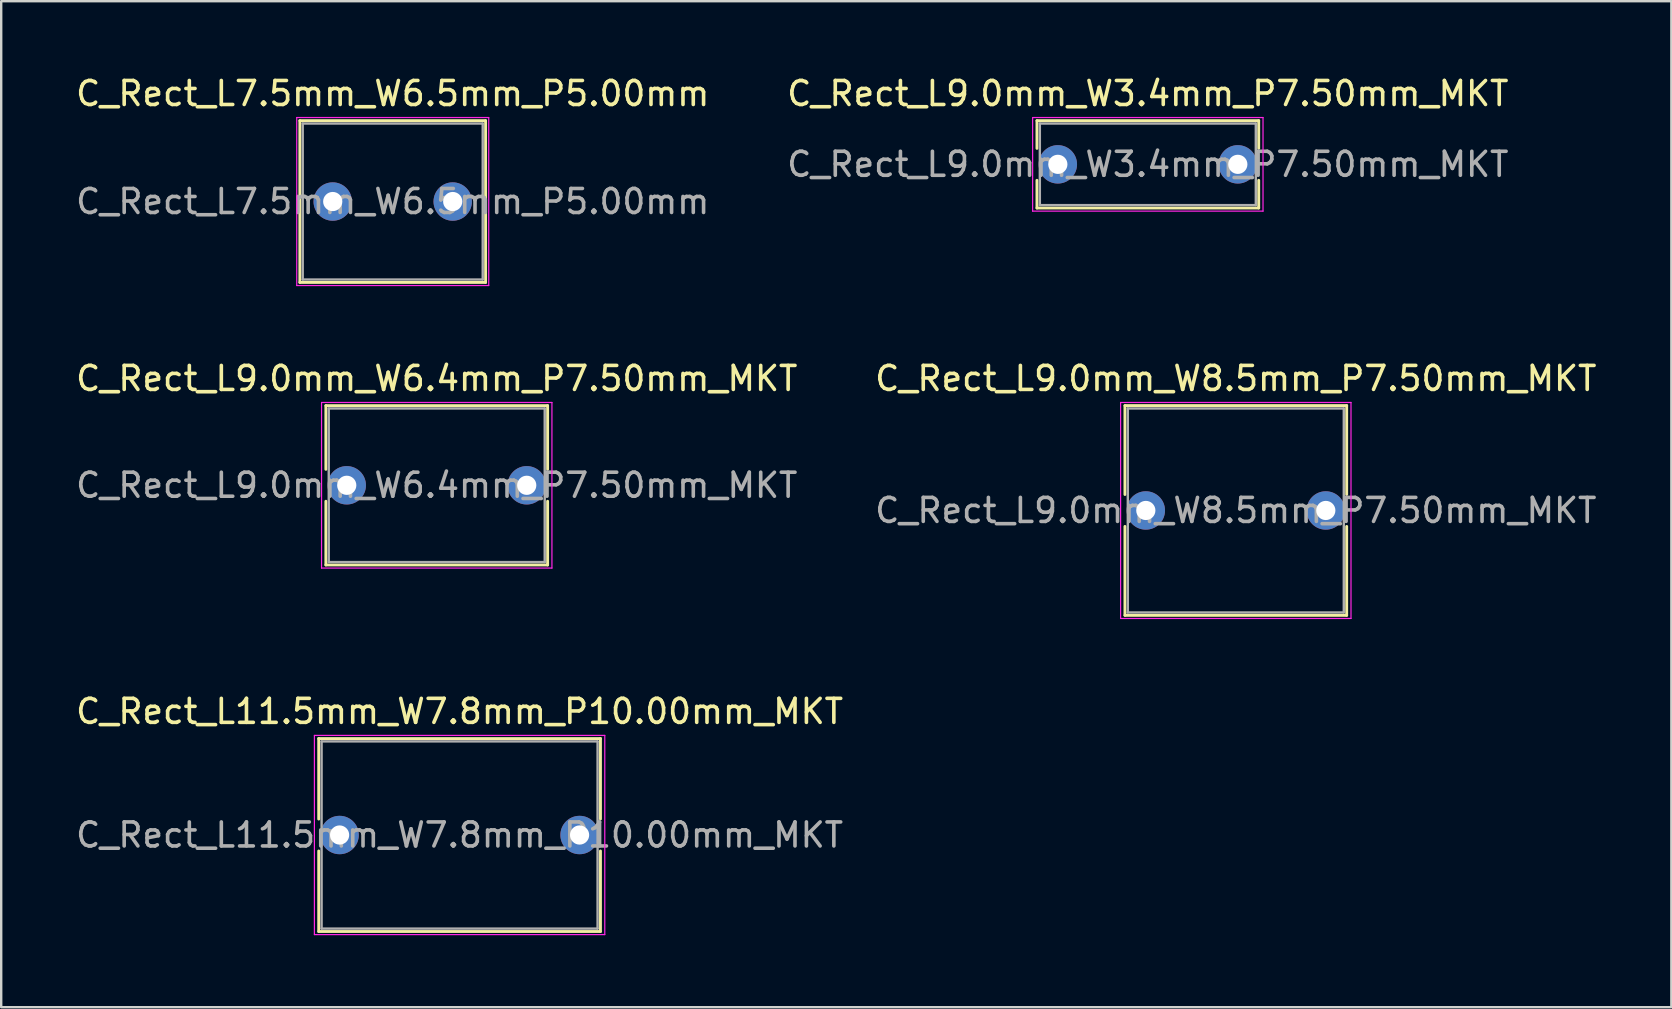
<source format=kicad_pcb>
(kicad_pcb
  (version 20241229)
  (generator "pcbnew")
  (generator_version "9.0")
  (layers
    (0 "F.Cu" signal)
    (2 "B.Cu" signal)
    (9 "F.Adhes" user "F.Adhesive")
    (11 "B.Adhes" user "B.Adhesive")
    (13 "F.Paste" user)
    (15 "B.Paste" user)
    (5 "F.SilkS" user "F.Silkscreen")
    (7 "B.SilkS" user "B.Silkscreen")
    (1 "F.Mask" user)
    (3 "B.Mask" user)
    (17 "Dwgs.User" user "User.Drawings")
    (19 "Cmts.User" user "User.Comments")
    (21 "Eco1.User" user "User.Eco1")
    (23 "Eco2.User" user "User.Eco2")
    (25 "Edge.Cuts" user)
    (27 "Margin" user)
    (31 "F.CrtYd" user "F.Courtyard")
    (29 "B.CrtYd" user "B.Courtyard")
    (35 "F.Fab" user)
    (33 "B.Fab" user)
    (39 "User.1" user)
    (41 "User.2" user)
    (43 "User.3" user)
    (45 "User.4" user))
  (footprint "C_Rect_L7.5mm_W6.5mm_P5.00mm"
    (layer "F.Cu")
    (at 10.815 5.348)
    (property "Reference" "C_Rect_L7.5mm_W6.5mm_P5.00mm" (at 2.5 -4.5 0) (layer "F.SilkS") (effects (font (size 1 1) (thickness 0.15))))
    (attr through_hole)
    (fp_line (start -1.37 -3.37) (end -1.37 3.37) (stroke (width 0.12) (type solid)) (layer "F.SilkS"))
    (fp_line (start -1.37 -3.37) (end 6.37 -3.37) (stroke (width 0.12) (type solid)) (layer "F.SilkS"))
    (fp_line (start -1.37 3.37) (end 6.37 3.37) (stroke (width 0.12) (type solid)) (layer "F.SilkS"))
    (fp_line (start 6.37 -3.37) (end 6.37 3.37) (stroke (width 0.12) (type solid)) (layer "F.SilkS"))
    (fp_line (start -1.5 -3.5) (end -1.5 3.5) (stroke (width 0.05) (type solid)) (layer "F.CrtYd"))
    (fp_line (start -1.5 3.5) (end 6.5 3.5) (stroke (width 0.05) (type solid)) (layer "F.CrtYd"))
    (fp_line (start 6.5 -3.5) (end -1.5 -3.5) (stroke (width 0.05) (type solid)) (layer "F.CrtYd"))
    (fp_line (start 6.5 3.5) (end 6.5 -3.5) (stroke (width 0.05) (type solid)) (layer "F.CrtYd"))
    (fp_line (start -1.25 -3.25) (end -1.25 3.25) (stroke (width 0.1) (type solid)) (layer "F.Fab"))
    (fp_line (start -1.25 3.25) (end 6.25 3.25) (stroke (width 0.1) (type solid)) (layer "F.Fab"))
    (fp_line (start 6.25 -3.25) (end -1.25 -3.25) (stroke (width 0.1) (type solid)) (layer "F.Fab"))
    (fp_line (start 6.25 3.25) (end 6.25 -3.25) (stroke (width 0.1) (type solid)) (layer "F.Fab"))
    (fp_text user "${REFERENCE}" (at 2.5 0 0) (layer "F.Fab") (effects (font (size 1 1) (thickness 0.15))))
    (pad "1" thru_hole circle (at 0 0) (size 1.6 1.6) (drill 0.8) (layers "*.Cu" "*.Mask"))
    (pad "2" thru_hole circle (at 5 0) (size 1.6 1.6) (drill 0.8) (layers "*.Cu" "*.Mask")))
  (footprint "C_Rect_L11.5mm_W7.8mm_P10.00mm_MKT"
    (layer "F.Cu")
    (at 11.101 31.745)
    (property "Reference" "C_Rect_L11.5mm_W7.8mm_P10.00mm_MKT" (at 5 -5.15 0) (layer "F.SilkS") (effects (font (size 1 1) (thickness 0.15))))
    (attr through_hole)
    (fp_line (start -0.87 -4.02) (end -0.87 -0.665) (stroke (width 0.12) (type solid)) (layer "F.SilkS"))
    (fp_line (start -0.87 -4.02) (end 10.87 -4.02) (stroke (width 0.12) (type solid)) (layer "F.SilkS"))
    (fp_line (start -0.87 0.665) (end -0.87 4.02) (stroke (width 0.12) (type solid)) (layer "F.SilkS"))
    (fp_line (start -0.87 4.02) (end 10.87 4.02) (stroke (width 0.12) (type solid)) (layer "F.SilkS"))
    (fp_line (start 10.87 -4.02) (end 10.87 -0.665) (stroke (width 0.12) (type solid)) (layer "F.SilkS"))
    (fp_line (start 10.87 0.665) (end 10.87 4.02) (stroke (width 0.12) (type solid)) (layer "F.SilkS"))
    (fp_line (start -1.05 -4.15) (end -1.05 4.15) (stroke (width 0.05) (type solid)) (layer "F.CrtYd"))
    (fp_line (start -1.05 4.15) (end 11.05 4.15) (stroke (width 0.05) (type solid)) (layer "F.CrtYd"))
    (fp_line (start 11.05 -4.15) (end -1.05 -4.15) (stroke (width 0.05) (type solid)) (layer "F.CrtYd"))
    (fp_line (start 11.05 4.15) (end 11.05 -4.15) (stroke (width 0.05) (type solid)) (layer "F.CrtYd"))
    (fp_line (start -0.75 -3.9) (end -0.75 3.9) (stroke (width 0.1) (type solid)) (layer "F.Fab"))
    (fp_line (start -0.75 3.9) (end 10.75 3.9) (stroke (width 0.1) (type solid)) (layer "F.Fab"))
    (fp_line (start 10.75 -3.9) (end -0.75 -3.9) (stroke (width 0.1) (type solid)) (layer "F.Fab"))
    (fp_line (start 10.75 3.9) (end 10.75 -3.9) (stroke (width 0.1) (type solid)) (layer "F.Fab"))
    (fp_text user "${REFERENCE}" (at 5 0 0) (layer "F.Fab") (effects (font (size 1 1) (thickness 0.15))))
    (pad "1" thru_hole circle (at 0 0) (size 1.6 1.6) (drill 0.8) (layers "*.Cu" "*.Mask"))
    (pad "2" thru_hole circle (at 10 0) (size 1.6 1.6) (drill 0.8) (layers "*.Cu" "*.Mask")))
  (footprint "C_Rect_L9.0mm_W3.4mm_P7.50mm_MKT"
    (layer "F.Cu")
    (at 41.03 3.798)
    (property "Reference" "C_Rect_L9.0mm_W3.4mm_P7.50mm_MKT" (at 3.75 -2.95 0) (layer "F.SilkS") (effects (font (size 1 1) (thickness 0.15))))
    (attr through_hole)
    (fp_line (start -0.87 -1.82) (end -0.87 -0.665) (stroke (width 0.12) (type solid)) (layer "F.SilkS"))
    (fp_line (start -0.87 -1.82) (end 8.37 -1.82) (stroke (width 0.12) (type solid)) (layer "F.SilkS"))
    (fp_line (start -0.87 0.665) (end -0.87 1.82) (stroke (width 0.12) (type solid)) (layer "F.SilkS"))
    (fp_line (start -0.87 1.82) (end 8.37 1.82) (stroke (width 0.12) (type solid)) (layer "F.SilkS"))
    (fp_line (start 8.37 -1.82) (end 8.37 -0.665) (stroke (width 0.12) (type solid)) (layer "F.SilkS"))
    (fp_line (start 8.37 0.665) (end 8.37 1.82) (stroke (width 0.12) (type solid)) (layer "F.SilkS"))
    (fp_line (start -1.05 -1.95) (end -1.05 1.95) (stroke (width 0.05) (type solid)) (layer "F.CrtYd"))
    (fp_line (start -1.05 1.95) (end 8.55 1.95) (stroke (width 0.05) (type solid)) (layer "F.CrtYd"))
    (fp_line (start 8.55 -1.95) (end -1.05 -1.95) (stroke (width 0.05) (type solid)) (layer "F.CrtYd"))
    (fp_line (start 8.55 1.95) (end 8.55 -1.95) (stroke (width 0.05) (type solid)) (layer "F.CrtYd"))
    (fp_line (start -0.75 -1.7) (end -0.75 1.7) (stroke (width 0.1) (type solid)) (layer "F.Fab"))
    (fp_line (start -0.75 1.7) (end 8.25 1.7) (stroke (width 0.1) (type solid)) (layer "F.Fab"))
    (fp_line (start 8.25 -1.7) (end -0.75 -1.7) (stroke (width 0.1) (type solid)) (layer "F.Fab"))
    (fp_line (start 8.25 1.7) (end 8.25 -1.7) (stroke (width 0.1) (type solid)) (layer "F.Fab"))
    (fp_text user "${REFERENCE}" (at 3.75 0 0) (layer "F.Fab") (effects (font (size 1 1) (thickness 0.15))))
    (pad "1" thru_hole circle (at 0 0) (size 1.6 1.6) (drill 0.8) (layers "*.Cu" "*.Mask"))
    (pad "2" thru_hole circle (at 7.5 0) (size 1.6 1.6) (drill 0.8) (layers "*.Cu" "*.Mask")))
  (footprint "C_Rect_L9.0mm_W6.4mm_P7.50mm_MKT"
    (layer "F.Cu")
    (at 11.399 17.172)
    (property "Reference" "C_Rect_L9.0mm_W6.4mm_P7.50mm_MKT" (at 3.75 -4.45 0) (layer "F.SilkS") (effects (font (size 1 1) (thickness 0.15))))
    (attr through_hole)
    (fp_line (start -0.87 -3.32) (end -0.87 -0.665) (stroke (width 0.12) (type solid)) (layer "F.SilkS"))
    (fp_line (start -0.87 -3.32) (end 8.37 -3.32) (stroke (width 0.12) (type solid)) (layer "F.SilkS"))
    (fp_line (start -0.87 0.665) (end -0.87 3.32) (stroke (width 0.12) (type solid)) (layer "F.SilkS"))
    (fp_line (start -0.87 3.32) (end 8.37 3.32) (stroke (width 0.12) (type solid)) (layer "F.SilkS"))
    (fp_line (start 8.37 -3.32) (end 8.37 -0.665) (stroke (width 0.12) (type solid)) (layer "F.SilkS"))
    (fp_line (start 8.37 0.665) (end 8.37 3.32) (stroke (width 0.12) (type solid)) (layer "F.SilkS"))
    (fp_line (start -1.05 -3.45) (end -1.05 3.45) (stroke (width 0.05) (type solid)) (layer "F.CrtYd"))
    (fp_line (start -1.05 3.45) (end 8.55 3.45) (stroke (width 0.05) (type solid)) (layer "F.CrtYd"))
    (fp_line (start 8.55 -3.45) (end -1.05 -3.45) (stroke (width 0.05) (type solid)) (layer "F.CrtYd"))
    (fp_line (start 8.55 3.45) (end 8.55 -3.45) (stroke (width 0.05) (type solid)) (layer "F.CrtYd"))
    (fp_line (start -0.75 -3.2) (end -0.75 3.2) (stroke (width 0.1) (type solid)) (layer "F.Fab"))
    (fp_line (start -0.75 3.2) (end 8.25 3.2) (stroke (width 0.1) (type solid)) (layer "F.Fab"))
    (fp_line (start 8.25 -3.2) (end -0.75 -3.2) (stroke (width 0.1) (type solid)) (layer "F.Fab"))
    (fp_line (start 8.25 3.2) (end 8.25 -3.2) (stroke (width 0.1) (type solid)) (layer "F.Fab"))
    (fp_text user "${REFERENCE}" (at 3.75 0 0) (layer "F.Fab") (effects (font (size 1 1) (thickness 0.15))))
    (pad "1" thru_hole circle (at 0 0) (size 1.6 1.6) (drill 0.8) (layers "*.Cu" "*.Mask"))
    (pad "2" thru_hole circle (at 7.5 0) (size 1.6 1.6) (drill 0.8) (layers "*.Cu" "*.Mask")))
  (footprint "C_Rect_L9.0mm_W8.5mm_P7.50mm_MKT"
    (layer "F.Cu")
    (at 44.696 18.221)
    (property "Reference" "C_Rect_L9.0mm_W8.5mm_P7.50mm_MKT" (at 3.75 -5.5 0) (layer "F.SilkS") (effects (font (size 1 1) (thickness 0.15))))
    (attr through_hole)
    (fp_line (start -0.87 -4.37) (end -0.87 -0.665) (stroke (width 0.12) (type solid)) (layer "F.SilkS"))
    (fp_line (start -0.87 -4.37) (end 8.37 -4.37) (stroke (width 0.12) (type solid)) (layer "F.SilkS"))
    (fp_line (start -0.87 0.665) (end -0.87 4.37) (stroke (width 0.12) (type solid)) (layer "F.SilkS"))
    (fp_line (start -0.87 4.37) (end 8.37 4.37) (stroke (width 0.12) (type solid)) (layer "F.SilkS"))
    (fp_line (start 8.37 -4.37) (end 8.37 -0.665) (stroke (width 0.12) (type solid)) (layer "F.SilkS"))
    (fp_line (start 8.37 0.665) (end 8.37 4.37) (stroke (width 0.12) (type solid)) (layer "F.SilkS"))
    (fp_line (start -1.05 -4.5) (end -1.05 4.5) (stroke (width 0.05) (type solid)) (layer "F.CrtYd"))
    (fp_line (start -1.05 4.5) (end 8.55 4.5) (stroke (width 0.05) (type solid)) (layer "F.CrtYd"))
    (fp_line (start 8.55 -4.5) (end -1.05 -4.5) (stroke (width 0.05) (type solid)) (layer "F.CrtYd"))
    (fp_line (start 8.55 4.5) (end 8.55 -4.5) (stroke (width 0.05) (type solid)) (layer "F.CrtYd"))
    (fp_line (start -0.75 -4.25) (end -0.75 4.25) (stroke (width 0.1) (type solid)) (layer "F.Fab"))
    (fp_line (start -0.75 4.25) (end 8.25 4.25) (stroke (width 0.1) (type solid)) (layer "F.Fab"))
    (fp_line (start 8.25 -4.25) (end -0.75 -4.25) (stroke (width 0.1) (type solid)) (layer "F.Fab"))
    (fp_line (start 8.25 4.25) (end 8.25 -4.25) (stroke (width 0.1) (type solid)) (layer "F.Fab"))
    (fp_text user "${REFERENCE}" (at 3.75 0 0) (layer "F.Fab") (effects (font (size 1 1) (thickness 0.15))))
    (pad "1" thru_hole circle (at 0 0) (size 1.6 1.6) (drill 0.8) (layers "*.Cu" "*.Mask"))
    (pad "2" thru_hole circle (at 7.5 0) (size 1.6 1.6) (drill 0.8) (layers "*.Cu" "*.Mask")))
  (gr_rect
    (start -3 -3)
    (end 66.595 38.92)
    (stroke (width 0.1) (type default))
    (fill no)
    (layer "Edge.Cuts")))
</source>
